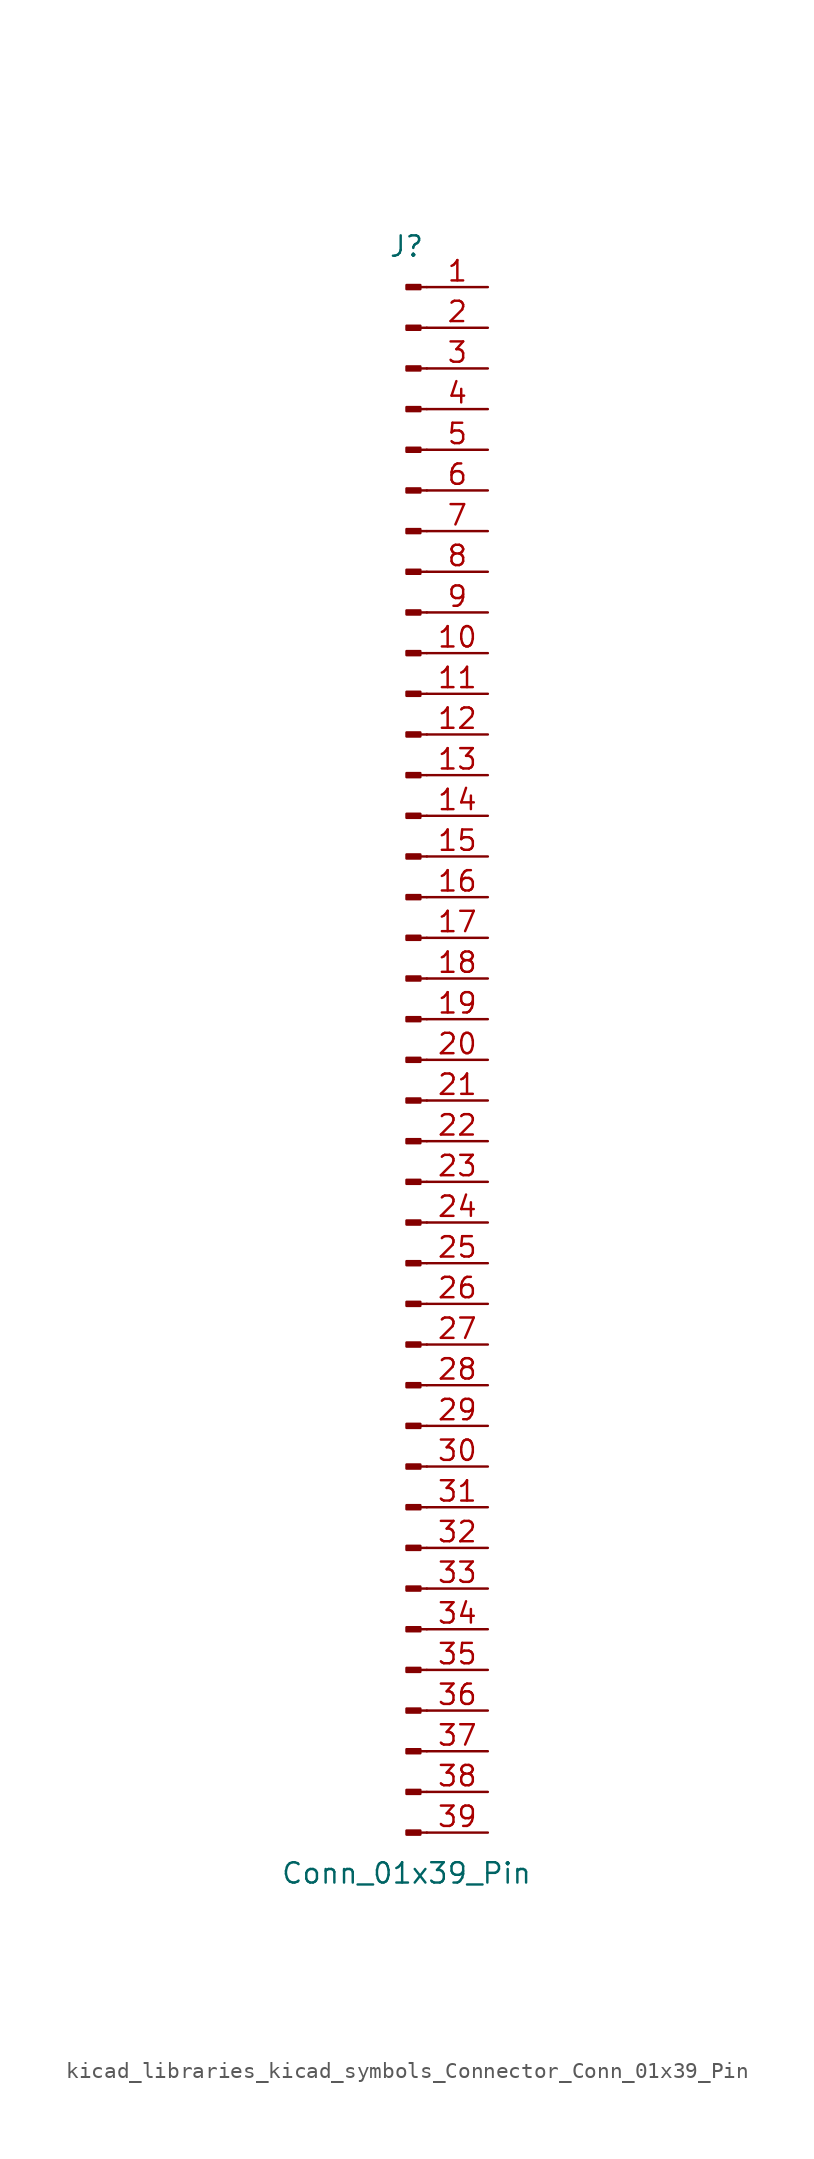
<source format=kicad_sym>
(kicad_symbol_lib
  (version 20220914)
  (generator kicad_symbol_editor)
  (symbol "kicad_libraries_kicad_symbols_Connector_Conn_01x39_Pin"
    (pin_names
      (offset 1.016) hide)
    (property "Reference" "J"
      (at 0 50.8 0)
      (effects (font (size 1.27 1.27))))
    (property "Value" "Conn_01x39_Pin"
      (at 0 -50.8 0)
      (effects (font (size 1.27 1.27))))
    (property "ki_locked" ""
      (at 0 0 0)
      (effects (font (size 1.27 1.27))))
    (symbol "kicad_libraries_kicad_symbols_Connector_Conn_01x39_Pin_1_1"
      (polyline (pts (xy 1.27 -48.26) (xy 0.864 -48.26)) (stroke (width 0.152) (type default)) (fill (type none)))
      (polyline (pts (xy 1.27 -45.72) (xy 0.864 -45.72)) (stroke (width 0.152) (type default)) (fill (type none)))
      (polyline (pts (xy 1.27 -43.18) (xy 0.864 -43.18)) (stroke (width 0.152) (type default)) (fill (type none)))
      (polyline (pts (xy 1.27 -40.64) (xy 0.864 -40.64)) (stroke (width 0.152) (type default)) (fill (type none)))
      (polyline (pts (xy 1.27 -38.1) (xy 0.864 -38.1)) (stroke (width 0.152) (type default)) (fill (type none)))
      (polyline (pts (xy 1.27 -35.56) (xy 0.864 -35.56)) (stroke (width 0.152) (type default)) (fill (type none)))
      (polyline (pts (xy 1.27 -33.02) (xy 0.864 -33.02)) (stroke (width 0.152) (type default)) (fill (type none)))
      (polyline (pts (xy 1.27 -30.48) (xy 0.864 -30.48)) (stroke (width 0.152) (type default)) (fill (type none)))
      (polyline (pts (xy 1.27 -27.94) (xy 0.864 -27.94)) (stroke (width 0.152) (type default)) (fill (type none)))
      (polyline (pts (xy 1.27 -25.4) (xy 0.864 -25.4)) (stroke (width 0.152) (type default)) (fill (type none)))
      (polyline (pts (xy 1.27 -22.86) (xy 0.864 -22.86)) (stroke (width 0.152) (type default)) (fill (type none)))
      (polyline (pts (xy 1.27 -20.32) (xy 0.864 -20.32)) (stroke (width 0.152) (type default)) (fill (type none)))
      (polyline (pts (xy 1.27 -17.78) (xy 0.864 -17.78)) (stroke (width 0.152) (type default)) (fill (type none)))
      (polyline (pts (xy 1.27 -15.24) (xy 0.864 -15.24)) (stroke (width 0.152) (type default)) (fill (type none)))
      (polyline (pts (xy 1.27 -12.7) (xy 0.864 -12.7)) (stroke (width 0.152) (type default)) (fill (type none)))
      (polyline (pts (xy 1.27 -10.16) (xy 0.864 -10.16)) (stroke (width 0.152) (type default)) (fill (type none)))
      (polyline (pts (xy 1.27 -7.62) (xy 0.864 -7.62)) (stroke (width 0.152) (type default)) (fill (type none)))
      (polyline (pts (xy 1.27 -5.08) (xy 0.864 -5.08)) (stroke (width 0.152) (type default)) (fill (type none)))
      (polyline (pts (xy 1.27 -2.54) (xy 0.864 -2.54)) (stroke (width 0.152) (type default)) (fill (type none)))
      (polyline (pts (xy 1.27 0) (xy 0.864 0)) (stroke (width 0.152) (type default)) (fill (type none)))
      (polyline (pts (xy 1.27 2.54) (xy 0.864 2.54)) (stroke (width 0.152) (type default)) (fill (type none)))
      (polyline (pts (xy 1.27 5.08) (xy 0.864 5.08)) (stroke (width 0.152) (type default)) (fill (type none)))
      (polyline (pts (xy 1.27 7.62) (xy 0.864 7.62)) (stroke (width 0.152) (type default)) (fill (type none)))
      (polyline (pts (xy 1.27 10.16) (xy 0.864 10.16)) (stroke (width 0.152) (type default)) (fill (type none)))
      (polyline (pts (xy 1.27 12.7) (xy 0.864 12.7)) (stroke (width 0.152) (type default)) (fill (type none)))
      (polyline (pts (xy 1.27 15.24) (xy 0.864 15.24)) (stroke (width 0.152) (type default)) (fill (type none)))
      (polyline (pts (xy 1.27 17.78) (xy 0.864 17.78)) (stroke (width 0.152) (type default)) (fill (type none)))
      (polyline (pts (xy 1.27 20.32) (xy 0.864 20.32)) (stroke (width 0.152) (type default)) (fill (type none)))
      (polyline (pts (xy 1.27 22.86) (xy 0.864 22.86)) (stroke (width 0.152) (type default)) (fill (type none)))
      (polyline (pts (xy 1.27 25.4) (xy 0.864 25.4)) (stroke (width 0.152) (type default)) (fill (type none)))
      (polyline (pts (xy 1.27 27.94) (xy 0.864 27.94)) (stroke (width 0.152) (type default)) (fill (type none)))
      (polyline (pts (xy 1.27 30.48) (xy 0.864 30.48)) (stroke (width 0.152) (type default)) (fill (type none)))
      (polyline (pts (xy 1.27 33.02) (xy 0.864 33.02)) (stroke (width 0.152) (type default)) (fill (type none)))
      (polyline (pts (xy 1.27 35.56) (xy 0.864 35.56)) (stroke (width 0.152) (type default)) (fill (type none)))
      (polyline (pts (xy 1.27 38.1) (xy 0.864 38.1)) (stroke (width 0.152) (type default)) (fill (type none)))
      (polyline (pts (xy 1.27 40.64) (xy 0.864 40.64)) (stroke (width 0.152) (type default)) (fill (type none)))
      (polyline (pts (xy 1.27 43.18) (xy 0.864 43.18)) (stroke (width 0.152) (type default)) (fill (type none)))
      (polyline (pts (xy 1.27 45.72) (xy 0.864 45.72)) (stroke (width 0.152) (type default)) (fill (type none)))
      (polyline (pts (xy 1.27 48.26) (xy 0.864 48.26)) (stroke (width 0.152) (type default)) (fill (type none)))
      (rectangle (start 0.864 -48.133) (end 0 -48.387) (stroke (width 0.152) (type default)) (fill (type outline)))
      (rectangle (start 0.864 -45.593) (end 0 -45.847) (stroke (width 0.152) (type default)) (fill (type outline)))
      (rectangle (start 0.864 -43.053) (end 0 -43.307) (stroke (width 0.152) (type default)) (fill (type outline)))
      (rectangle (start 0.864 -40.513) (end 0 -40.767) (stroke (width 0.152) (type default)) (fill (type outline)))
      (rectangle (start 0.864 -37.973) (end 0 -38.227) (stroke (width 0.152) (type default)) (fill (type outline)))
      (rectangle (start 0.864 -35.433) (end 0 -35.687) (stroke (width 0.152) (type default)) (fill (type outline)))
      (rectangle (start 0.864 -32.893) (end 0 -33.147) (stroke (width 0.152) (type default)) (fill (type outline)))
      (rectangle (start 0.864 -30.353) (end 0 -30.607) (stroke (width 0.152) (type default)) (fill (type outline)))
      (rectangle (start 0.864 -27.813) (end 0 -28.067) (stroke (width 0.152) (type default)) (fill (type outline)))
      (rectangle (start 0.864 -25.273) (end 0 -25.527) (stroke (width 0.152) (type default)) (fill (type outline)))
      (rectangle (start 0.864 -22.733) (end 0 -22.987) (stroke (width 0.152) (type default)) (fill (type outline)))
      (rectangle (start 0.864 -20.193) (end 0 -20.447) (stroke (width 0.152) (type default)) (fill (type outline)))
      (rectangle (start 0.864 -17.653) (end 0 -17.907) (stroke (width 0.152) (type default)) (fill (type outline)))
      (rectangle (start 0.864 -15.113) (end 0 -15.367) (stroke (width 0.152) (type default)) (fill (type outline)))
      (rectangle (start 0.864 -12.573) (end 0 -12.827) (stroke (width 0.152) (type default)) (fill (type outline)))
      (rectangle (start 0.864 -10.033) (end 0 -10.287) (stroke (width 0.152) (type default)) (fill (type outline)))
      (rectangle (start 0.864 -7.493) (end 0 -7.747) (stroke (width 0.152) (type default)) (fill (type outline)))
      (rectangle (start 0.864 -4.953) (end 0 -5.207) (stroke (width 0.152) (type default)) (fill (type outline)))
      (rectangle (start 0.864 -2.413) (end 0 -2.667) (stroke (width 0.152) (type default)) (fill (type outline)))
      (rectangle (start 0.864 0.127) (end 0 -0.127) (stroke (width 0.152) (type default)) (fill (type outline)))
      (rectangle (start 0.864 2.667) (end 0 2.413) (stroke (width 0.152) (type default)) (fill (type outline)))
      (rectangle (start 0.864 5.207) (end 0 4.953) (stroke (width 0.152) (type default)) (fill (type outline)))
      (rectangle (start 0.864 7.747) (end 0 7.493) (stroke (width 0.152) (type default)) (fill (type outline)))
      (rectangle (start 0.864 10.287) (end 0 10.033) (stroke (width 0.152) (type default)) (fill (type outline)))
      (rectangle (start 0.864 12.827) (end 0 12.573) (stroke (width 0.152) (type default)) (fill (type outline)))
      (rectangle (start 0.864 15.367) (end 0 15.113) (stroke (width 0.152) (type default)) (fill (type outline)))
      (rectangle (start 0.864 17.907) (end 0 17.653) (stroke (width 0.152) (type default)) (fill (type outline)))
      (rectangle (start 0.864 20.447) (end 0 20.193) (stroke (width 0.152) (type default)) (fill (type outline)))
      (rectangle (start 0.864 22.987) (end 0 22.733) (stroke (width 0.152) (type default)) (fill (type outline)))
      (rectangle (start 0.864 25.527) (end 0 25.273) (stroke (width 0.152) (type default)) (fill (type outline)))
      (rectangle (start 0.864 28.067) (end 0 27.813) (stroke (width 0.152) (type default)) (fill (type outline)))
      (rectangle (start 0.864 30.607) (end 0 30.353) (stroke (width 0.152) (type default)) (fill (type outline)))
      (rectangle (start 0.864 33.147) (end 0 32.893) (stroke (width 0.152) (type default)) (fill (type outline)))
      (rectangle (start 0.864 35.687) (end 0 35.433) (stroke (width 0.152) (type default)) (fill (type outline)))
      (rectangle (start 0.864 38.227) (end 0 37.973) (stroke (width 0.152) (type default)) (fill (type outline)))
      (rectangle (start 0.864 40.767) (end 0 40.513) (stroke (width 0.152) (type default)) (fill (type outline)))
      (rectangle (start 0.864 43.307) (end 0 43.053) (stroke (width 0.152) (type default)) (fill (type outline)))
      (rectangle (start 0.864 45.847) (end 0 45.593) (stroke (width 0.152) (type default)) (fill (type outline)))
      (rectangle (start 0.864 48.387) (end 0 48.133) (stroke (width 0.152) (type default)) (fill (type outline)))
      (pin passive line (at 5.08 48.26 180) (length 3.81) (name "Pin_1" (effects (font (size 1.27 1.27)))) (number "1" (effects (font (size 1.27 1.27)))))
      (pin passive line (at 5.08 25.4 180) (length 3.81) (name "Pin_10" (effects (font (size 1.27 1.27)))) (number "10" (effects (font (size 1.27 1.27)))))
      (pin passive line (at 5.08 22.86 180) (length 3.81) (name "Pin_11" (effects (font (size 1.27 1.27)))) (number "11" (effects (font (size 1.27 1.27)))))
      (pin passive line (at 5.08 20.32 180) (length 3.81) (name "Pin_12" (effects (font (size 1.27 1.27)))) (number "12" (effects (font (size 1.27 1.27)))))
      (pin passive line (at 5.08 17.78 180) (length 3.81) (name "Pin_13" (effects (font (size 1.27 1.27)))) (number "13" (effects (font (size 1.27 1.27)))))
      (pin passive line (at 5.08 15.24 180) (length 3.81) (name "Pin_14" (effects (font (size 1.27 1.27)))) (number "14" (effects (font (size 1.27 1.27)))))
      (pin passive line (at 5.08 12.7 180) (length 3.81) (name "Pin_15" (effects (font (size 1.27 1.27)))) (number "15" (effects (font (size 1.27 1.27)))))
      (pin passive line (at 5.08 10.16 180) (length 3.81) (name "Pin_16" (effects (font (size 1.27 1.27)))) (number "16" (effects (font (size 1.27 1.27)))))
      (pin passive line (at 5.08 7.62 180) (length 3.81) (name "Pin_17" (effects (font (size 1.27 1.27)))) (number "17" (effects (font (size 1.27 1.27)))))
      (pin passive line (at 5.08 5.08 180) (length 3.81) (name "Pin_18" (effects (font (size 1.27 1.27)))) (number "18" (effects (font (size 1.27 1.27)))))
      (pin passive line (at 5.08 2.54 180) (length 3.81) (name "Pin_19" (effects (font (size 1.27 1.27)))) (number "19" (effects (font (size 1.27 1.27)))))
      (pin passive line (at 5.08 45.72 180) (length 3.81) (name "Pin_2" (effects (font (size 1.27 1.27)))) (number "2" (effects (font (size 1.27 1.27)))))
      (pin passive line (at 5.08 0 180) (length 3.81) (name "Pin_20" (effects (font (size 1.27 1.27)))) (number "20" (effects (font (size 1.27 1.27)))))
      (pin passive line (at 5.08 -2.54 180) (length 3.81) (name "Pin_21" (effects (font (size 1.27 1.27)))) (number "21" (effects (font (size 1.27 1.27)))))
      (pin passive line (at 5.08 -5.08 180) (length 3.81) (name "Pin_22" (effects (font (size 1.27 1.27)))) (number "22" (effects (font (size 1.27 1.27)))))
      (pin passive line (at 5.08 -7.62 180) (length 3.81) (name "Pin_23" (effects (font (size 1.27 1.27)))) (number "23" (effects (font (size 1.27 1.27)))))
      (pin passive line (at 5.08 -10.16 180) (length 3.81) (name "Pin_24" (effects (font (size 1.27 1.27)))) (number "24" (effects (font (size 1.27 1.27)))))
      (pin passive line (at 5.08 -12.7 180) (length 3.81) (name "Pin_25" (effects (font (size 1.27 1.27)))) (number "25" (effects (font (size 1.27 1.27)))))
      (pin passive line (at 5.08 -15.24 180) (length 3.81) (name "Pin_26" (effects (font (size 1.27 1.27)))) (number "26" (effects (font (size 1.27 1.27)))))
      (pin passive line (at 5.08 -17.78 180) (length 3.81) (name "Pin_27" (effects (font (size 1.27 1.27)))) (number "27" (effects (font (size 1.27 1.27)))))
      (pin passive line (at 5.08 -20.32 180) (length 3.81) (name "Pin_28" (effects (font (size 1.27 1.27)))) (number "28" (effects (font (size 1.27 1.27)))))
      (pin passive line (at 5.08 -22.86 180) (length 3.81) (name "Pin_29" (effects (font (size 1.27 1.27)))) (number "29" (effects (font (size 1.27 1.27)))))
      (pin passive line (at 5.08 43.18 180) (length 3.81) (name "Pin_3" (effects (font (size 1.27 1.27)))) (number "3" (effects (font (size 1.27 1.27)))))
      (pin passive line (at 5.08 -25.4 180) (length 3.81) (name "Pin_30" (effects (font (size 1.27 1.27)))) (number "30" (effects (font (size 1.27 1.27)))))
      (pin passive line (at 5.08 -27.94 180) (length 3.81) (name "Pin_31" (effects (font (size 1.27 1.27)))) (number "31" (effects (font (size 1.27 1.27)))))
      (pin passive line (at 5.08 -30.48 180) (length 3.81) (name "Pin_32" (effects (font (size 1.27 1.27)))) (number "32" (effects (font (size 1.27 1.27)))))
      (pin passive line (at 5.08 -33.02 180) (length 3.81) (name "Pin_33" (effects (font (size 1.27 1.27)))) (number "33" (effects (font (size 1.27 1.27)))))
      (pin passive line (at 5.08 -35.56 180) (length 3.81) (name "Pin_34" (effects (font (size 1.27 1.27)))) (number "34" (effects (font (size 1.27 1.27)))))
      (pin passive line (at 5.08 -38.1 180) (length 3.81) (name "Pin_35" (effects (font (size 1.27 1.27)))) (number "35" (effects (font (size 1.27 1.27)))))
      (pin passive line (at 5.08 -40.64 180) (length 3.81) (name "Pin_36" (effects (font (size 1.27 1.27)))) (number "36" (effects (font (size 1.27 1.27)))))
      (pin passive line (at 5.08 -43.18 180) (length 3.81) (name "Pin_37" (effects (font (size 1.27 1.27)))) (number "37" (effects (font (size 1.27 1.27)))))
      (pin passive line (at 5.08 -45.72 180) (length 3.81) (name "Pin_38" (effects (font (size 1.27 1.27)))) (number "38" (effects (font (size 1.27 1.27)))))
      (pin passive line (at 5.08 -48.26 180) (length 3.81) (name "Pin_39" (effects (font (size 1.27 1.27)))) (number "39" (effects (font (size 1.27 1.27)))))
      (pin passive line (at 5.08 40.64 180) (length 3.81) (name "Pin_4" (effects (font (size 1.27 1.27)))) (number "4" (effects (font (size 1.27 1.27)))))
      (pin passive line (at 5.08 38.1 180) (length 3.81) (name "Pin_5" (effects (font (size 1.27 1.27)))) (number "5" (effects (font (size 1.27 1.27)))))
      (pin passive line (at 5.08 35.56 180) (length 3.81) (name "Pin_6" (effects (font (size 1.27 1.27)))) (number "6" (effects (font (size 1.27 1.27)))))
      (pin passive line (at 5.08 33.02 180) (length 3.81) (name "Pin_7" (effects (font (size 1.27 1.27)))) (number "7" (effects (font (size 1.27 1.27)))))
      (pin passive line (at 5.08 30.48 180) (length 3.81) (name "Pin_8" (effects (font (size 1.27 1.27)))) (number "8" (effects (font (size 1.27 1.27)))))
      (pin passive line (at 5.08 27.94 180) (length 3.81) (name "Pin_9" (effects (font (size 1.27 1.27)))) (number "9" (effects (font (size 1.27 1.27))))))))
</source>
